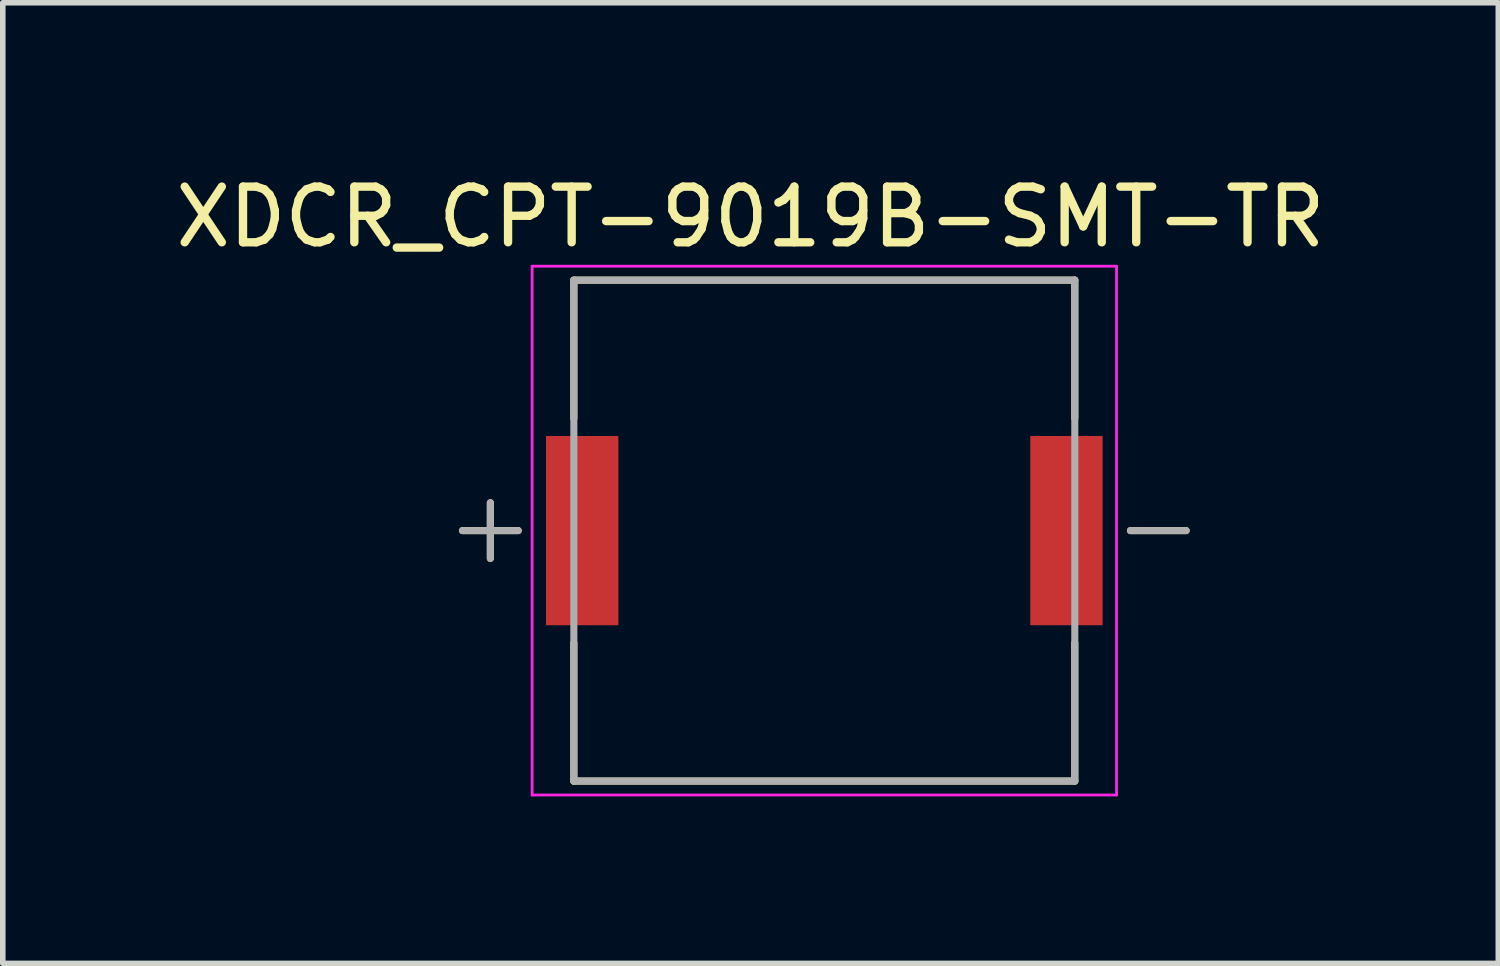
<source format=kicad_pcb>
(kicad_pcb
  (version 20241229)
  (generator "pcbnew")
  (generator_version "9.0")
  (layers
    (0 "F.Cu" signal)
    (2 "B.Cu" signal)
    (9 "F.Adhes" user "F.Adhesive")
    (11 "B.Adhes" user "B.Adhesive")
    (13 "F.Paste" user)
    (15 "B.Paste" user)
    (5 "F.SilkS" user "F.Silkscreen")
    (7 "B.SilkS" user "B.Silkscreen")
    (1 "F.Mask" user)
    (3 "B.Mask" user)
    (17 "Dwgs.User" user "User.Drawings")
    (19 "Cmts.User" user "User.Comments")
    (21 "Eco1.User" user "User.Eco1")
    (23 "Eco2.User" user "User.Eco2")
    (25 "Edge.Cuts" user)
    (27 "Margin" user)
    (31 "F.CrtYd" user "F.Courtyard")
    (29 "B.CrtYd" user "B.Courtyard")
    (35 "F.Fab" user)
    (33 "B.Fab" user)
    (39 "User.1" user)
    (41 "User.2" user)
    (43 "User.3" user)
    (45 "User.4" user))
  (footprint "XDCR_CPT-9019B-SMT-TR"
    (layer "F.Cu")
    (at 11.76 6.483)
    (property "Reference" "XDCR_CPT-9019B-SMT-TR" (at -1.325 -5.635 0) (layer "F.SilkS") (effects (font (size 1 1) (thickness 0.15))))
    (attr smd)
    (fp_line (start -6.5 0) (end -5.5 0) (stroke (width 0.127) (type solid)) (layer "F.SilkS"))
    (fp_line (start -6 -0.5) (end -6 0.5) (stroke (width 0.127) (type solid)) (layer "F.SilkS"))
    (fp_line (start -4.5 -4.5) (end 4.5 -4.5) (stroke (width 0.127) (type solid)) (layer "F.SilkS"))
    (fp_line (start -4.5 -2.02) (end -4.5 -4.5) (stroke (width 0.127) (type solid)) (layer "F.SilkS"))
    (fp_line (start -4.5 4.5) (end -4.5 2.02) (stroke (width 0.127) (type solid)) (layer "F.SilkS"))
    (fp_line (start 4.5 -4.5) (end 4.5 -2.02) (stroke (width 0.127) (type solid)) (layer "F.SilkS"))
    (fp_line (start 4.5 2.02) (end 4.5 4.5) (stroke (width 0.127) (type solid)) (layer "F.SilkS"))
    (fp_line (start 4.5 4.5) (end -4.5 4.5) (stroke (width 0.127) (type solid)) (layer "F.SilkS"))
    (fp_line (start 5.5 0) (end 6.5 0) (stroke (width 0.127) (type solid)) (layer "F.SilkS"))
    (fp_line (start -5.25 -4.75) (end 5.25 -4.75) (stroke (width 0.05) (type solid)) (layer "F.CrtYd"))
    (fp_line (start -5.25 4.75) (end -5.25 -4.75) (stroke (width 0.05) (type solid)) (layer "F.CrtYd"))
    (fp_line (start 5.25 -4.75) (end 5.25 4.75) (stroke (width 0.05) (type solid)) (layer "F.CrtYd"))
    (fp_line (start 5.25 4.75) (end -5.25 4.75) (stroke (width 0.05) (type solid)) (layer "F.CrtYd"))
    (fp_line (start -6 -0.5) (end -6 0.5) (stroke (width 0.127) (type solid)) (layer "F.Fab"))
    (fp_line (start -5.5 0) (end -6.5 0) (stroke (width 0.127) (type solid)) (layer "F.Fab"))
    (fp_line (start -4.5 -4.5) (end 4.5 -4.5) (stroke (width 0.127) (type solid)) (layer "F.Fab"))
    (fp_line (start -4.5 4.5) (end -4.5 -4.5) (stroke (width 0.127) (type solid)) (layer "F.Fab"))
    (fp_line (start 4.5 -4.5) (end 4.5 4.5) (stroke (width 0.127) (type solid)) (layer "F.Fab"))
    (fp_line (start 4.5 4.5) (end -4.5 4.5) (stroke (width 0.127) (type solid)) (layer "F.Fab"))
    (fp_line (start 5.5 0) (end 6.5 0) (stroke (width 0.127) (type solid)) (layer "F.Fab"))
    (pad "N" smd rect (at 4.35 0) (size 1.3 3.4) (layers "F.Cu" "F.Mask" "F.Paste"))
    (pad "P" smd rect (at -4.35 0) (size 1.3 3.4) (layers "F.Cu" "F.Mask" "F.Paste")))
  (gr_rect
    (start -3 -3)
    (end 23.869 14.258)
    (stroke (width 0.1) (type default))
    (fill no)
    (layer "Edge.Cuts")))
</source>
